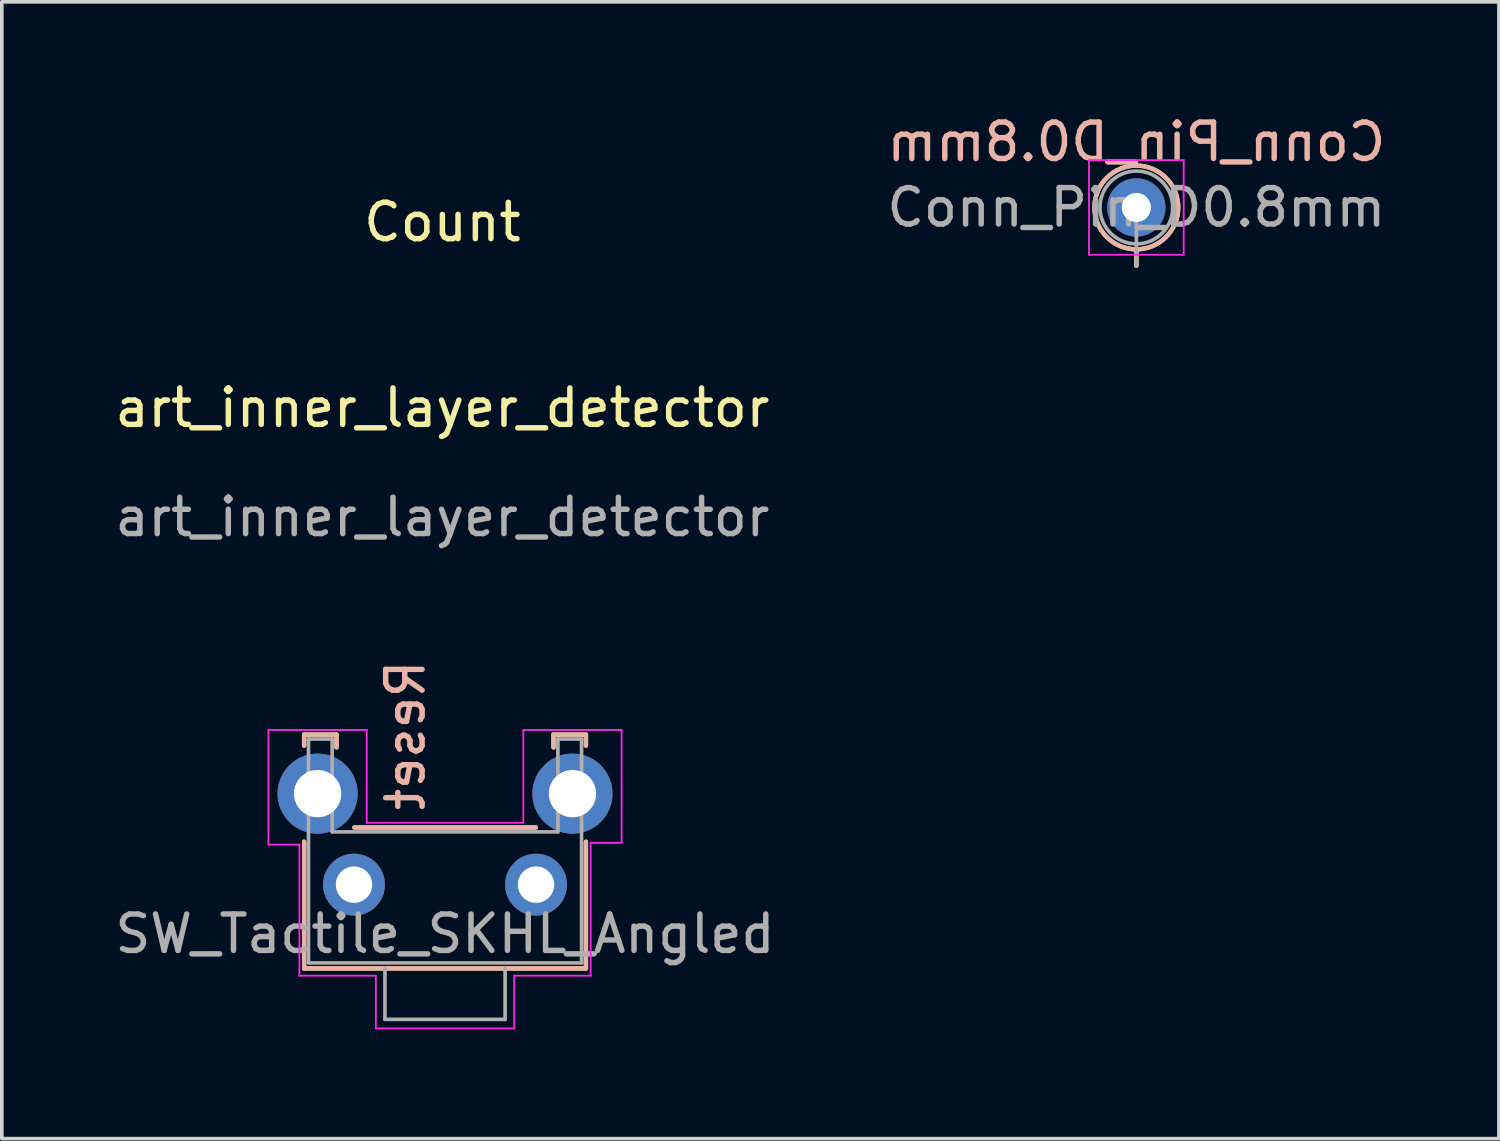
<source format=kicad_pcb>
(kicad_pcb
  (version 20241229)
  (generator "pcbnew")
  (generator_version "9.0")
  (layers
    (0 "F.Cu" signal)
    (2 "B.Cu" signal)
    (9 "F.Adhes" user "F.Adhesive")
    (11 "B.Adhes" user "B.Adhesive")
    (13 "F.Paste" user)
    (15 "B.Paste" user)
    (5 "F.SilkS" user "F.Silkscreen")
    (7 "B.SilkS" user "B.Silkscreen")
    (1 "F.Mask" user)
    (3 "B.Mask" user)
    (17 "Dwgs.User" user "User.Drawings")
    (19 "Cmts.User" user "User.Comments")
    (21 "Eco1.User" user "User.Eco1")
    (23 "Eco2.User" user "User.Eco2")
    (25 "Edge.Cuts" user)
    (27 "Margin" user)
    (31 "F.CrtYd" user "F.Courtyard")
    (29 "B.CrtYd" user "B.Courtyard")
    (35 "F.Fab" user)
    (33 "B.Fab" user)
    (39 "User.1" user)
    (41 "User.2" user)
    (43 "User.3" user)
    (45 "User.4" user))
  (footprint "Conn_Pin_D0.8mm"
    (layer "F.Cu")
    (at 28.161 2.648)
    (property "Reference" "Conn_Pin_D0.8mm" (at 0 0 0) (layer "F.Fab") (effects (font (size 1 1) (thickness 0.15))))
    (property "Value" "Conn_Pin_D0.8mm" (at 0 -1.8 0) (layer "F.SilkS") (hide yes) (effects (font (size 1 1) (thickness 0.15))))
    (attr through_hole exclude_from_pos_files exclude_from_bom)
    (private_layers "User.9")
    (fp_line (start 0 1.15) (end 0 1.6) (stroke (width 0.12) (type solid)) (layer "F.SilkS"))
    (fp_circle (center 0 0) (end 0 1.15) (stroke (width 0.12) (type solid)) (fill no) (layer "F.SilkS"))
    (fp_line (start 0 1.15) (end 0 1.6) (stroke (width 0.12) (type solid)) (layer "B.SilkS"))
    (fp_circle (center 0 0) (end 0 1.15) (stroke (width 0.12) (type solid)) (fill no) (layer "B.SilkS"))
    (fp_line (start -1.3 -1.3) (end -1.3 1.3) (stroke (width 0.05) (type solid)) (layer "F.CrtYd"))
    (fp_line (start -1.3 1.3) (end 1.3 1.3) (stroke (width 0.05) (type solid)) (layer "F.CrtYd"))
    (fp_line (start 1.3 -1.3) (end -1.3 -1.3) (stroke (width 0.05) (type solid)) (layer "F.CrtYd"))
    (fp_line (start 1.3 1.3) (end 1.3 -1.3) (stroke (width 0.05) (type solid)) (layer "F.CrtYd"))
    (fp_line (start 0 0) (end 0 1.6) (stroke (width 0.1) (type solid)) (layer "F.Fab"))
    (fp_circle (center 0 0) (end 0 1) (stroke (width 0.1) (type solid)) (fill no) (layer "F.Fab"))
    (fp_text user "${VALUE}" (at 0 -1.8 0) (layer "B.SilkS") (effects (font (size 1 1) (thickness 0.15)) (justify mirror)))
    (pad "1" thru_hole circle (at 0 0 270) (size 1.6 1.6) (drill 0.8) (layers "*.Cu" "*.Mask")))
  (footprint "art_inner_layer_detector"
    (layer "F.Cu")
    (at 9.101 1.15)
    (property "Reference" "art_inner_layer_detector" (at 0 7 0) (unlocked yes) (layer "F.SilkS") (effects (font (size 1 1) (thickness 0.15))))
    (property "Value2" "Count" (at 0 1.9 0) (layer "F.SilkS") (effects (font (size 1 1) (thickness 0.15))))
    (attr smd board_only exclude_from_pos_files exclude_from_bom allow_missing_courtyard dnp)
    (fp_rect (start -1.1 -1.1) (end 1.1 -0.4) (stroke (width 0.1) (type solid)) (fill yes) (layer "F.Mask"))
    (fp_rect (start -1.1 0.4) (end 1.1 1.1) (stroke (width 0.1) (type solid)) (fill yes) (layer "F.Mask"))
    (fp_rect (start -1.1 -1.1) (end 1.1 -0.4) (stroke (width 0.1) (type solid)) (fill yes) (layer "B.Mask"))
    (fp_rect (start -1.1 0.4) (end 1.1 1.1) (stroke (width 0.1) (type solid)) (fill yes) (layer "B.Mask"))
    (fp_text user "${REFERENCE}" (at 0 10 0) (unlocked yes) (layer "F.Fab") (effects (font (size 1 1) (thickness 0.15))))
    (zone (net_name "") (layers "F.Cu" "B.Cu") (name "no-outer") (hatch edge 0.5) (connect_pads) (min_thickness 0.25) (filled_areas_thickness no) (keepout (tracks allowed) (vias allowed) (pads allowed) (copperpour not_allowed) (footprints allowed)) (placement (enabled no)) (fill) (polygon (pts (xy 8.101 0.15) (xy 10.101 0.15) (xy 10.101 2.15) (xy 8.101 2.15))))
    (zone (net_name "") (layers "F.Cu" "B.Cu") (name "no-outer") (hatch edge 0.5) (connect_pads) (min_thickness 0.25) (filled_areas_thickness no) (keepout (tracks allowed) (vias allowed) (pads allowed) (copperpour not_allowed) (footprints allowed)) (placement (enabled no)) (fill) (polygon (pts (xy 8.101 1.75) (xy 10.101 1.75) (xy 10.101 2.15) (xy 8.101 2.15)))))
  (footprint "SW_Tactile_SKHL_Angled"
    (layer "F.Cu")
    (at 9.173 19.998)
    (property "Reference" "SW_Tactile_SKHL_Angled" (at 0 2.6 0) (layer "F.Fab") (effects (font (size 1 1) (thickness 0.15))))
    (property "Value" "Reset" (at -1.2 -2.8 270) (layer "F.SilkS") (hide yes) (effects (font (size 1 1) (thickness 0.15))))
    (attr through_hole)
    (private_layers "User.9")
    (fp_line (start -3.87 -2.87) (end -2.98 -2.87) (stroke (width 0.12) (type solid)) (layer "F.SilkS"))
    (fp_line (start -3.87 -2.57) (end -3.87 -2.87) (stroke (width 0.12) (type solid)) (layer "F.SilkS"))
    (fp_line (start -3.87 0.07) (end -3.87 3.55) (stroke (width 0.12) (type solid)) (layer "F.SilkS"))
    (fp_line (start -3.87 3.55) (end 3.87 3.55) (stroke (width 0.12) (type solid)) (layer "F.SilkS"))
    (fp_line (start -2.98 -2.87) (end -2.98 -2.52) (stroke (width 0.12) (type solid)) (layer "F.SilkS"))
    (fp_line (start 2.49 -0.32) (end -2.49 -0.32) (stroke (width 0.12) (type solid)) (layer "F.SilkS"))
    (fp_line (start 2.98 -2.87) (end 2.98 -2.52) (stroke (width 0.12) (type solid)) (layer "F.SilkS"))
    (fp_line (start 2.98 -2.87) (end 3.87 -2.87) (stroke (width 0.12) (type solid)) (layer "F.SilkS"))
    (fp_line (start 3.87 -2.57) (end 3.87 -2.87) (stroke (width 0.12) (type solid)) (layer "F.SilkS"))
    (fp_line (start 3.87 3.55) (end 3.87 0.07) (stroke (width 0.12) (type solid)) (layer "F.SilkS"))
    (fp_line (start -3.87 -2.87) (end -3.87 -2.57) (stroke (width 0.12) (type solid)) (layer "B.SilkS"))
    (fp_line (start -3.87 -2.87) (end -2.98 -2.87) (stroke (width 0.12) (type solid)) (layer "B.SilkS"))
    (fp_line (start -3.87 0.07) (end -3.87 3.55) (stroke (width 0.12) (type solid)) (layer "B.SilkS"))
    (fp_line (start -3.87 3.55) (end 3.87 3.55) (stroke (width 0.12) (type solid)) (layer "B.SilkS"))
    (fp_line (start -2.98 -2.52) (end -2.98 -2.87) (stroke (width 0.12) (type solid)) (layer "B.SilkS"))
    (fp_line (start 2.49 -0.32) (end -2.49 -0.32) (stroke (width 0.12) (type solid)) (layer "B.SilkS"))
    (fp_line (start 2.98 -2.87) (end 3.87 -2.87) (stroke (width 0.12) (type solid)) (layer "B.SilkS"))
    (fp_line (start 2.98 -2.52) (end 2.98 -2.87) (stroke (width 0.12) (type solid)) (layer "B.SilkS"))
    (fp_line (start 3.87 -2.87) (end 3.87 -2.57) (stroke (width 0.12) (type solid)) (layer "B.SilkS"))
    (fp_line (start 3.87 3.55) (end 3.87 0.07) (stroke (width 0.12) (type solid)) (layer "B.SilkS"))
    (fp_line (start -4.85 -3) (end -4.85 0.15) (stroke (width 0.05) (type solid)) (layer "F.CrtYd"))
    (fp_line (start -4.85 0.15) (end -4 0.15) (stroke (width 0.05) (type solid)) (layer "F.CrtYd"))
    (fp_line (start -4 0.15) (end -4 3.75) (stroke (width 0.05) (type solid)) (layer "F.CrtYd"))
    (fp_line (start -4 3.75) (end -1.9 3.75) (stroke (width 0.05) (type solid)) (layer "F.CrtYd"))
    (fp_line (start -2.15 -3) (end -4.85 -3) (stroke (width 0.05) (type solid)) (layer "F.CrtYd"))
    (fp_line (start -2.15 -0.45) (end -2.15 -3) (stroke (width 0.05) (type solid)) (layer "F.CrtYd"))
    (fp_line (start -1.9 3.75) (end -1.9 5.2) (stroke (width 0.05) (type solid)) (layer "F.CrtYd"))
    (fp_line (start -1.9 5.2) (end 1.9 5.2) (stroke (width 0.05) (type solid)) (layer "F.CrtYd"))
    (fp_line (start 1.9 3.75) (end 4 3.75) (stroke (width 0.05) (type solid)) (layer "F.CrtYd"))
    (fp_line (start 1.9 5.2) (end 1.9 3.75) (stroke (width 0.05) (type solid)) (layer "F.CrtYd"))
    (fp_line (start 2.15 -3) (end 2.15 -0.45) (stroke (width 0.05) (type solid)) (layer "F.CrtYd"))
    (fp_line (start 2.15 -3) (end 4.85 -3) (stroke (width 0.05) (type solid)) (layer "F.CrtYd"))
    (fp_line (start 2.15 -0.45) (end -2.15 -0.45) (stroke (width 0.05) (type solid)) (layer "F.CrtYd"))
    (fp_line (start 4 0.1) (end 4 3.75) (stroke (width 0.05) (type solid)) (layer "F.CrtYd"))
    (fp_line (start 4.85 -3) (end 4.85 0.1) (stroke (width 0.05) (type solid)) (layer "F.CrtYd"))
    (fp_line (start 4.85 0.1) (end 4 0.1) (stroke (width 0.05) (type solid)) (layer "F.CrtYd"))
    (fp_line (start -3.75 -2.75) (end -3.1 -2.75) (stroke (width 0.1) (type solid)) (layer "F.Fab"))
    (fp_line (start -3.75 3.4) (end -3.75 -2.75) (stroke (width 0.1) (type solid)) (layer "F.Fab"))
    (fp_line (start -3.75 3.4) (end 3.75 3.4) (stroke (width 0.1) (type solid)) (layer "F.Fab"))
    (fp_line (start -3.1 -0.2) (end -3.1 -2.75) (stroke (width 0.1) (type solid)) (layer "F.Fab"))
    (fp_line (start -3.1 -0.2) (end 3.1 -0.2) (stroke (width 0.1) (type solid)) (layer "F.Fab"))
    (fp_line (start -1.65 3.55) (end -1.65 4.95) (stroke (width 0.1) (type solid)) (layer "F.Fab"))
    (fp_line (start 1.65 3.55) (end 1.65 4.95) (stroke (width 0.1) (type solid)) (layer "F.Fab"))
    (fp_line (start 1.65 4.95) (end -1.65 4.95) (stroke (width 0.1) (type solid)) (layer "F.Fab"))
    (fp_line (start 3.1 -2.75) (end 3.75 -2.75) (stroke (width 0.1) (type solid)) (layer "F.Fab"))
    (fp_line (start 3.1 -0.2) (end 3.1 -2.75) (stroke (width 0.1) (type solid)) (layer "F.Fab"))
    (fp_line (start 3.75 -2.75) (end 3.75 3.4) (stroke (width 0.1) (type solid)) (layer "F.Fab"))
    (fp_text user "${VALUE}" (at -0.5 -5 90) (unlocked yes) (layer "B.SilkS") (effects (font (size 1 1) (thickness 0.15)) (justify left bottom mirror)))
    (pad "" thru_hole circle (at -3.5 -1.25) (size 2.2 2.2) (drill 1.3) (layers "*.Cu" "*.Mask"))
    (pad "" thru_hole circle (at 3.5 -1.25) (size 2.2 2.2) (drill 1.3) (layers "*.Cu" "*.Mask"))
    (pad "1" thru_hole circle (at -2.5 1.25) (size 1.7 1.7) (drill 1) (layers "*.Cu" "*.Mask"))
    (pad "2" thru_hole circle (at 2.5 1.25) (size 1.7 1.7) (drill 1) (layers "*.Cu" "*.Mask")))
  (gr_rect
    (start -3 -3)
    (end 38.119 28.223)
    (stroke (width 0.1) (type default))
    (fill no)
    (layer "Edge.Cuts")))
</source>
